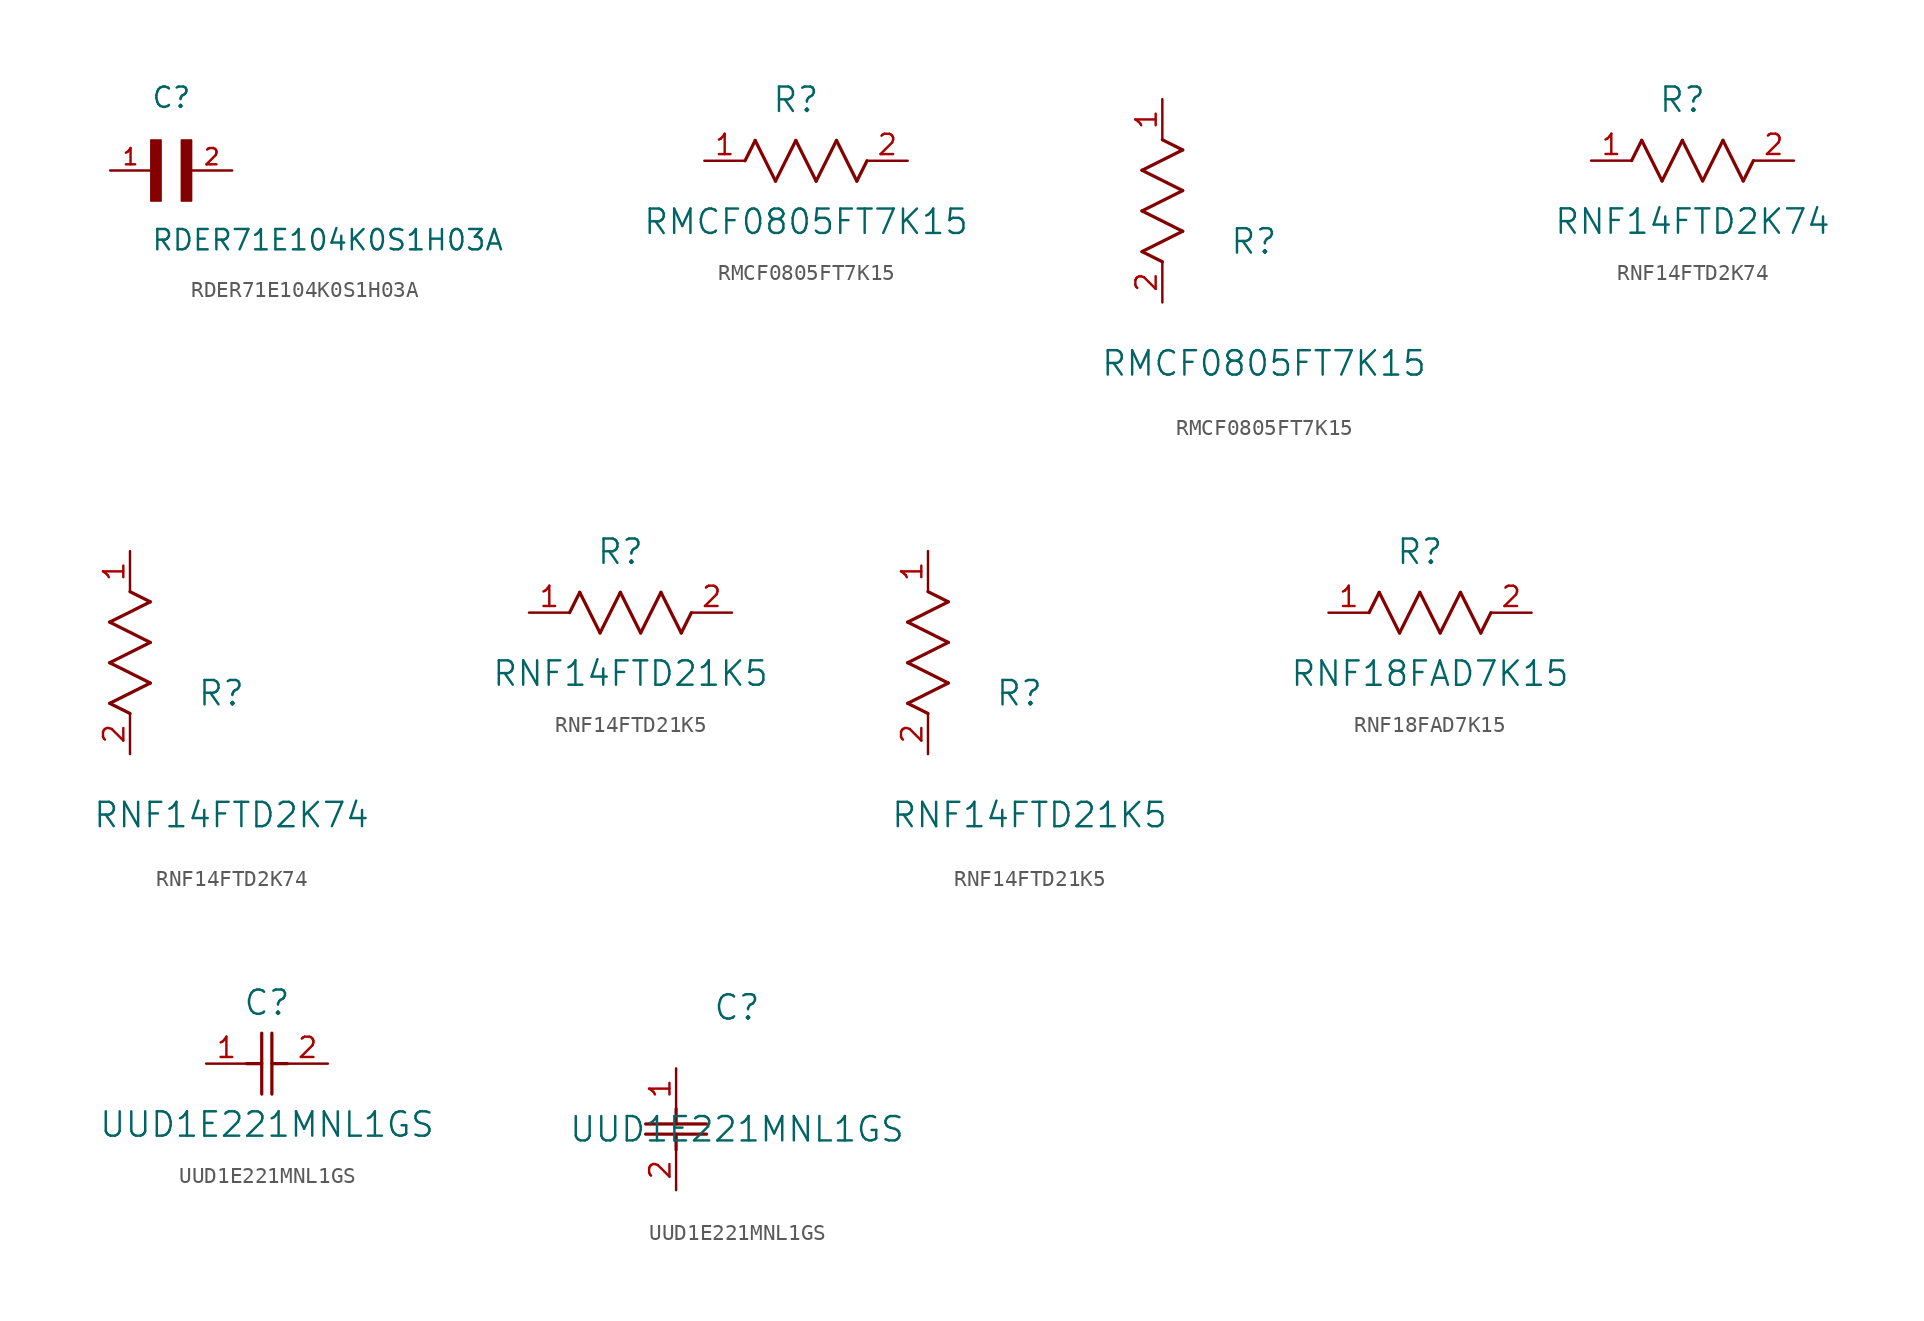
<source format=kicad_sym>
(kicad_symbol_lib
  (version 20211014)
  (generator kicad_symbol_editor)
  (symbol "RDER71E104K0S1H03A"
    (pin_names
      (offset 1.016))
    (property "Reference" "C"
      (at 0.0 3.811 0)
      (effects (font (size 1.27 1.27)) (justify bottom left)))
    (property "Value" "RDER71E104K0S1H03A"
      (at 0.0 -5.088 0)
      (effects (font (size 1.27 1.27)) (justify bottom left)))
    (symbol "RDER71E104K0S1H03A_0_0"
      (rectangle (start 0.0 -1.907) (end 0.635 1.905) (stroke (width 0.1)) (fill (type outline)))
      (rectangle (start 1.907 -1.907) (end 2.54 1.905) (stroke (width 0.1)) (fill (type outline)))
      (pin passive line (at 5.08 0.0 180.0) (length 2.54) (name "~" (effects (font (size 1.016 1.016)))) (number "2" (effects (font (size 1.016 1.016)))))
      (pin passive line (at -2.54 0.0 0) (length 2.54) (name "~" (effects (font (size 1.016 1.016)))) (number "1" (effects (font (size 1.016 1.016)))))))
  (symbol "RMCF0805FT7K15"
    (pin_names
      (offset 0.254))
    (property "Reference" "R"
      (at 5.715 3.81 0)
      (effects (font (size 1.524 1.524))))
    (property "Value" "RMCF0805FT7K15"
      (at 6.35 -3.81 0)
      (effects (font (size 1.524 1.524))))
    (symbol "RMCF0805FT7K15_1_1"
      (polyline (pts (xy 3.175 1.27) (xy 4.445 -1.27)) (stroke (width 0.203) (type default) (color 0 0 0 0)) (fill (type none)))
      (polyline (pts (xy 4.445 -1.27) (xy 5.715 1.27)) (stroke (width 0.203) (type default) (color 0 0 0 0)) (fill (type none)))
      (polyline (pts (xy 5.715 1.27) (xy 6.985 -1.27)) (stroke (width 0.203) (type default) (color 0 0 0 0)) (fill (type none)))
      (polyline (pts (xy 6.985 -1.27) (xy 8.255 1.27)) (stroke (width 0.203) (type default) (color 0 0 0 0)) (fill (type none)))
      (polyline (pts (xy 8.255 1.27) (xy 9.525 -1.27)) (stroke (width 0.203) (type default) (color 0 0 0 0)) (fill (type none)))
      (polyline (pts (xy 2.54 0) (xy 3.175 1.27)) (stroke (width 0.203) (type default) (color 0 0 0 0)) (fill (type none)))
      (polyline (pts (xy 9.525 -1.27) (xy 10.16 0)) (stroke (width 0.203) (type default) (color 0 0 0 0)) (fill (type none)))
      (pin unspecified line (at 0 0 0) (length 2.54) (name "" (effects (font (size 1.27 1.27)))) (number "1" (effects (font (size 1.27 1.27)))))
      (pin unspecified line (at 12.7 0 180) (length 2.54) (name "" (effects (font (size 1.27 1.27)))) (number "2" (effects (font (size 1.27 1.27))))))
    (symbol "RMCF0805FT7K15_1_2"
      (polyline (pts (xy 0 2.54) (xy -1.27 3.175)) (stroke (width 0.203) (type default) (color 0 0 0 0)) (fill (type none)))
      (polyline (pts (xy -1.27 3.175) (xy 1.27 4.445)) (stroke (width 0.203) (type default) (color 0 0 0 0)) (fill (type none)))
      (polyline (pts (xy 1.27 4.445) (xy -1.27 5.715)) (stroke (width 0.203) (type default) (color 0 0 0 0)) (fill (type none)))
      (polyline (pts (xy -1.27 5.715) (xy 1.27 6.985)) (stroke (width 0.203) (type default) (color 0 0 0 0)) (fill (type none)))
      (polyline (pts (xy -1.27 8.255) (xy 1.27 9.525)) (stroke (width 0.203) (type default) (color 0 0 0 0)) (fill (type none)))
      (polyline (pts (xy 1.27 9.525) (xy 0 10.16)) (stroke (width 0.203) (type default) (color 0 0 0 0)) (fill (type none)))
      (polyline (pts (xy 1.27 6.985) (xy -1.27 8.255)) (stroke (width 0.203) (type default) (color 0 0 0 0)) (fill (type none)))
      (pin unspecified line (at 0 12.7 270) (length 2.54) (name "" (effects (font (size 1.27 1.27)))) (number "1" (effects (font (size 1.27 1.27)))))
      (pin unspecified line (at 0 0 90) (length 2.54) (name "" (effects (font (size 1.27 1.27)))) (number "2" (effects (font (size 1.27 1.27)))))))
  (symbol "RNF14FTD2K74"
    (pin_names
      (offset 0.254))
    (property "Reference" "R"
      (at 5.715 3.81 0)
      (effects (font (size 1.524 1.524))))
    (property "Value" "RNF14FTD2K74"
      (at 6.35 -3.81 0)
      (effects (font (size 1.524 1.524))))
    (symbol "RNF14FTD2K74_1_1"
      (polyline (pts (xy 3.175 1.27) (xy 4.445 -1.27)) (stroke (width 0.203) (type default) (color 0 0 0 0)) (fill (type none)))
      (polyline (pts (xy 4.445 -1.27) (xy 5.715 1.27)) (stroke (width 0.203) (type default) (color 0 0 0 0)) (fill (type none)))
      (polyline (pts (xy 5.715 1.27) (xy 6.985 -1.27)) (stroke (width 0.203) (type default) (color 0 0 0 0)) (fill (type none)))
      (polyline (pts (xy 6.985 -1.27) (xy 8.255 1.27)) (stroke (width 0.203) (type default) (color 0 0 0 0)) (fill (type none)))
      (polyline (pts (xy 8.255 1.27) (xy 9.525 -1.27)) (stroke (width 0.203) (type default) (color 0 0 0 0)) (fill (type none)))
      (polyline (pts (xy 2.54 0) (xy 3.175 1.27)) (stroke (width 0.203) (type default) (color 0 0 0 0)) (fill (type none)))
      (polyline (pts (xy 9.525 -1.27) (xy 10.16 0)) (stroke (width 0.203) (type default) (color 0 0 0 0)) (fill (type none)))
      (pin unspecified line (at 0 0 0) (length 2.54) (name "" (effects (font (size 1.27 1.27)))) (number "1" (effects (font (size 1.27 1.27)))))
      (pin unspecified line (at 12.7 0 180) (length 2.54) (name "" (effects (font (size 1.27 1.27)))) (number "2" (effects (font (size 1.27 1.27))))))
    (symbol "RNF14FTD2K74_1_2"
      (polyline (pts (xy 0 2.54) (xy -1.27 3.175)) (stroke (width 0.203) (type default) (color 0 0 0 0)) (fill (type none)))
      (polyline (pts (xy -1.27 3.175) (xy 1.27 4.445)) (stroke (width 0.203) (type default) (color 0 0 0 0)) (fill (type none)))
      (polyline (pts (xy 1.27 4.445) (xy -1.27 5.715)) (stroke (width 0.203) (type default) (color 0 0 0 0)) (fill (type none)))
      (polyline (pts (xy -1.27 5.715) (xy 1.27 6.985)) (stroke (width 0.203) (type default) (color 0 0 0 0)) (fill (type none)))
      (polyline (pts (xy -1.27 8.255) (xy 1.27 9.525)) (stroke (width 0.203) (type default) (color 0 0 0 0)) (fill (type none)))
      (polyline (pts (xy 1.27 9.525) (xy 0 10.16)) (stroke (width 0.203) (type default) (color 0 0 0 0)) (fill (type none)))
      (polyline (pts (xy 1.27 6.985) (xy -1.27 8.255)) (stroke (width 0.203) (type default) (color 0 0 0 0)) (fill (type none)))
      (pin unspecified line (at 0 12.7 270) (length 2.54) (name "" (effects (font (size 1.27 1.27)))) (number "1" (effects (font (size 1.27 1.27)))))
      (pin unspecified line (at 0 0 90) (length 2.54) (name "" (effects (font (size 1.27 1.27)))) (number "2" (effects (font (size 1.27 1.27)))))))
  (symbol "RNF14FTD21K5"
    (pin_names
      (offset 0.254))
    (property "Reference" "R"
      (at 5.715 3.81 0)
      (effects (font (size 1.524 1.524))))
    (property "Value" "RNF14FTD21K5"
      (at 6.35 -3.81 0)
      (effects (font (size 1.524 1.524))))
    (symbol "RNF14FTD21K5_1_1"
      (polyline (pts (xy 3.175 1.27) (xy 4.445 -1.27)) (stroke (width 0.203) (type default) (color 0 0 0 0)) (fill (type none)))
      (polyline (pts (xy 4.445 -1.27) (xy 5.715 1.27)) (stroke (width 0.203) (type default) (color 0 0 0 0)) (fill (type none)))
      (polyline (pts (xy 5.715 1.27) (xy 6.985 -1.27)) (stroke (width 0.203) (type default) (color 0 0 0 0)) (fill (type none)))
      (polyline (pts (xy 6.985 -1.27) (xy 8.255 1.27)) (stroke (width 0.203) (type default) (color 0 0 0 0)) (fill (type none)))
      (polyline (pts (xy 8.255 1.27) (xy 9.525 -1.27)) (stroke (width 0.203) (type default) (color 0 0 0 0)) (fill (type none)))
      (polyline (pts (xy 2.54 0) (xy 3.175 1.27)) (stroke (width 0.203) (type default) (color 0 0 0 0)) (fill (type none)))
      (polyline (pts (xy 9.525 -1.27) (xy 10.16 0)) (stroke (width 0.203) (type default) (color 0 0 0 0)) (fill (type none)))
      (pin unspecified line (at 0 0 0) (length 2.54) (name "" (effects (font (size 1.27 1.27)))) (number "1" (effects (font (size 1.27 1.27)))))
      (pin unspecified line (at 12.7 0 180) (length 2.54) (name "" (effects (font (size 1.27 1.27)))) (number "2" (effects (font (size 1.27 1.27))))))
    (symbol "RNF14FTD21K5_1_2"
      (polyline (pts (xy 0 2.54) (xy -1.27 3.175)) (stroke (width 0.203) (type default) (color 0 0 0 0)) (fill (type none)))
      (polyline (pts (xy -1.27 3.175) (xy 1.27 4.445)) (stroke (width 0.203) (type default) (color 0 0 0 0)) (fill (type none)))
      (polyline (pts (xy 1.27 4.445) (xy -1.27 5.715)) (stroke (width 0.203) (type default) (color 0 0 0 0)) (fill (type none)))
      (polyline (pts (xy -1.27 5.715) (xy 1.27 6.985)) (stroke (width 0.203) (type default) (color 0 0 0 0)) (fill (type none)))
      (polyline (pts (xy -1.27 8.255) (xy 1.27 9.525)) (stroke (width 0.203) (type default) (color 0 0 0 0)) (fill (type none)))
      (polyline (pts (xy 1.27 9.525) (xy 0 10.16)) (stroke (width 0.203) (type default) (color 0 0 0 0)) (fill (type none)))
      (polyline (pts (xy 1.27 6.985) (xy -1.27 8.255)) (stroke (width 0.203) (type default) (color 0 0 0 0)) (fill (type none)))
      (pin unspecified line (at 0 12.7 270) (length 2.54) (name "" (effects (font (size 1.27 1.27)))) (number "1" (effects (font (size 1.27 1.27)))))
      (pin unspecified line (at 0 0 90) (length 2.54) (name "" (effects (font (size 1.27 1.27)))) (number "2" (effects (font (size 1.27 1.27)))))))
  (symbol "RNF18FAD7K15"
    (pin_names
      (offset 0.254))
    (property "Reference" "R"
      (at 5.715 3.81 0)
      (effects (font (size 1.524 1.524))))
    (property "Value" "RNF18FAD7K15"
      (at 6.35 -3.81 0)
      (effects (font (size 1.524 1.524))))
    (symbol "RNF18FAD7K15_0_1"
      (polyline (pts (xy 3.175 1.27) (xy 4.445 -1.27)) (stroke (width 0.203) (type default) (color 0 0 0 0)) (fill (type none)))
      (polyline (pts (xy 4.445 -1.27) (xy 5.715 1.27)) (stroke (width 0.203) (type default) (color 0 0 0 0)) (fill (type none)))
      (polyline (pts (xy 5.715 1.27) (xy 6.985 -1.27)) (stroke (width 0.203) (type default) (color 0 0 0 0)) (fill (type none)))
      (polyline (pts (xy 6.985 -1.27) (xy 8.255 1.27)) (stroke (width 0.203) (type default) (color 0 0 0 0)) (fill (type none)))
      (polyline (pts (xy 8.255 1.27) (xy 9.525 -1.27)) (stroke (width 0.203) (type default) (color 0 0 0 0)) (fill (type none)))
      (polyline (pts (xy 2.54 0) (xy 3.175 1.27)) (stroke (width 0.203) (type default) (color 0 0 0 0)) (fill (type none)))
      (polyline (pts (xy 9.525 -1.27) (xy 10.16 0)) (stroke (width 0.203) (type default) (color 0 0 0 0)) (fill (type none)))
      (pin unspecified line (at 0 0 0) (length 2.54) (name "" (effects (font (size 1.27 1.27)))) (number "1" (effects (font (size 1.27 1.27)))))
      (pin unspecified line (at 12.7 0 180) (length 2.54) (name "" (effects (font (size 1.27 1.27)))) (number "2" (effects (font (size 1.27 1.27)))))))
  (symbol "UUD1E221MNL1GS"
    (pin_names
      (offset 0.254))
    (property "Reference" "C"
      (at 3.81 3.81 0)
      (effects (font (size 1.524 1.524))))
    (property "Value" "UUD1E221MNL1GS"
      (at 3.81 -3.81 0)
      (effects (font (size 1.524 1.524))))
    (symbol "UUD1E221MNL1GS_1_1"
      (polyline (pts (xy 3.48 -1.905) (xy 3.48 1.905)) (stroke (width 0.203) (type default) (color 0 0 0 0)) (fill (type none)))
      (polyline (pts (xy 4.115 -1.905) (xy 4.115 1.905)) (stroke (width 0.203) (type default) (color 0 0 0 0)) (fill (type none)))
      (polyline (pts (xy 4.115 0) (xy 5.08 0)) (stroke (width 0.203) (type default) (color 0 0 0 0)) (fill (type none)))
      (polyline (pts (xy 2.54 0) (xy 3.48 0)) (stroke (width 0.203) (type default) (color 0 0 0 0)) (fill (type none)))
      (pin unspecified line (at 0 0 0) (length 2.54) (name "" (effects (font (size 1.27 1.27)))) (number "1" (effects (font (size 1.27 1.27)))))
      (pin unspecified line (at 7.62 0 180) (length 2.54) (name "" (effects (font (size 1.27 1.27)))) (number "2" (effects (font (size 1.27 1.27))))))
    (symbol "UUD1E221MNL1GS_1_2"
      (polyline (pts (xy -1.905 -3.48) (xy 1.905 -3.48)) (stroke (width 0.203) (type default) (color 0 0 0 0)) (fill (type none)))
      (polyline (pts (xy -1.905 -4.115) (xy 1.905 -4.115)) (stroke (width 0.203) (type default) (color 0 0 0 0)) (fill (type none)))
      (polyline (pts (xy 0 -4.115) (xy 0 -5.08)) (stroke (width 0.203) (type default) (color 0 0 0 0)) (fill (type none)))
      (polyline (pts (xy 0 -2.54) (xy 0 -3.48)) (stroke (width 0.203) (type default) (color 0 0 0 0)) (fill (type none)))
      (pin unspecified line (at 0 0 270) (length 2.54) (name "" (effects (font (size 1.27 1.27)))) (number "1" (effects (font (size 1.27 1.27)))))
      (pin unspecified line (at 0 -7.62 90) (length 2.54) (name "" (effects (font (size 1.27 1.27)))) (number "2" (effects (font (size 1.27 1.27))))))))
</source>
